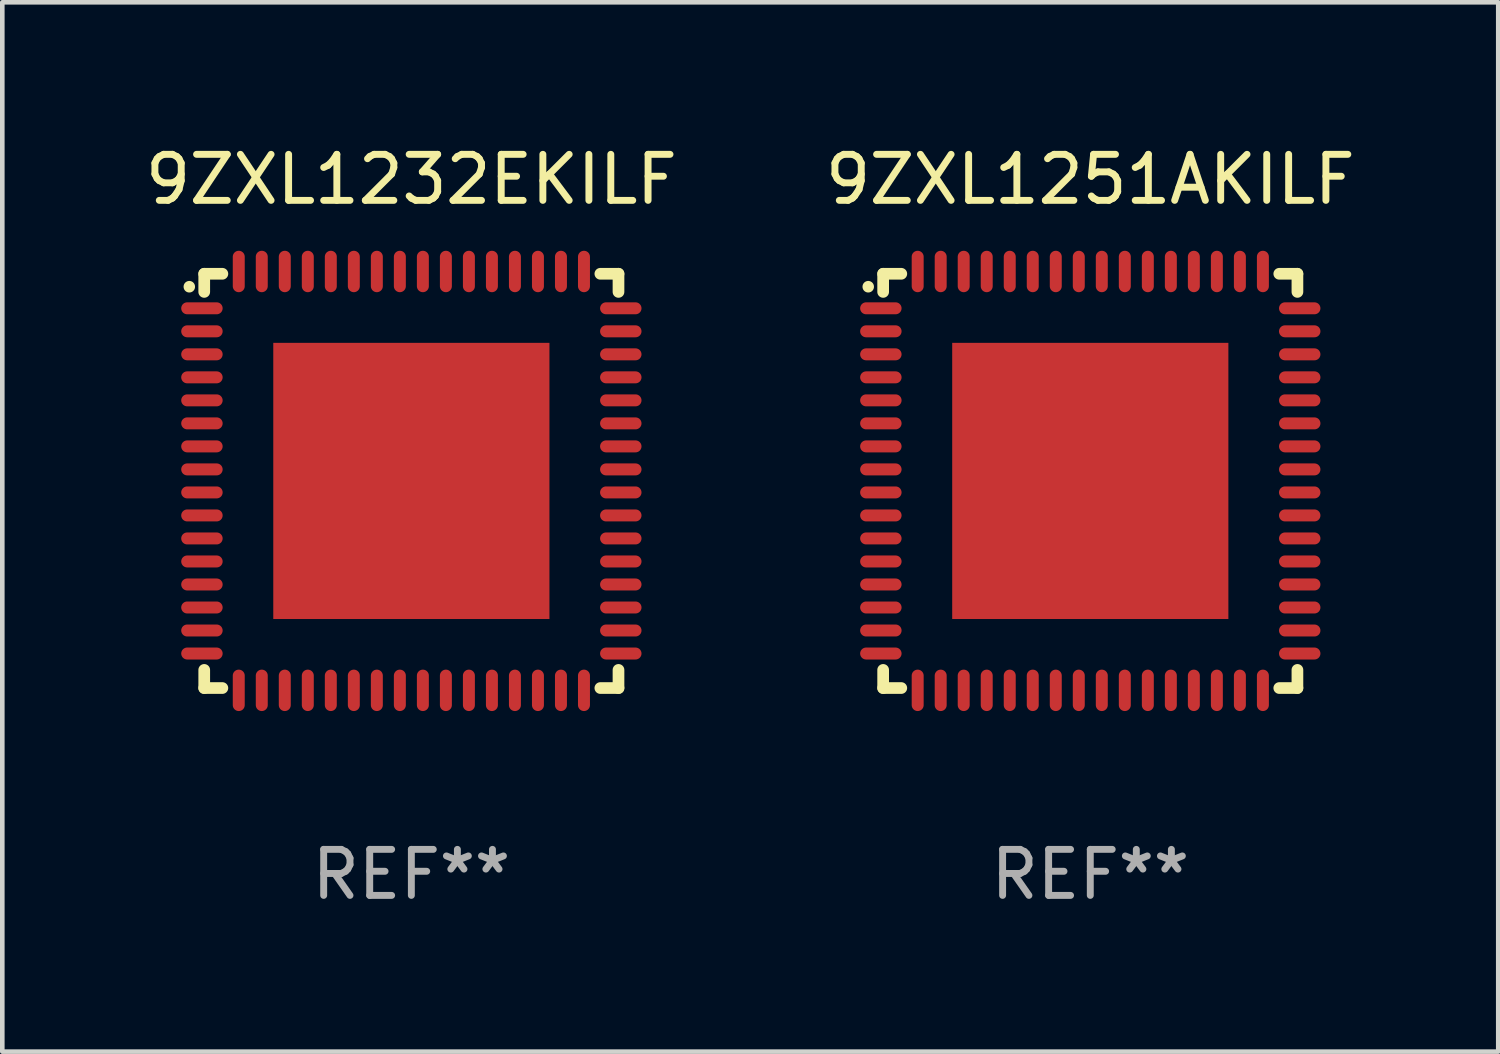
<source format=kicad_pcb>
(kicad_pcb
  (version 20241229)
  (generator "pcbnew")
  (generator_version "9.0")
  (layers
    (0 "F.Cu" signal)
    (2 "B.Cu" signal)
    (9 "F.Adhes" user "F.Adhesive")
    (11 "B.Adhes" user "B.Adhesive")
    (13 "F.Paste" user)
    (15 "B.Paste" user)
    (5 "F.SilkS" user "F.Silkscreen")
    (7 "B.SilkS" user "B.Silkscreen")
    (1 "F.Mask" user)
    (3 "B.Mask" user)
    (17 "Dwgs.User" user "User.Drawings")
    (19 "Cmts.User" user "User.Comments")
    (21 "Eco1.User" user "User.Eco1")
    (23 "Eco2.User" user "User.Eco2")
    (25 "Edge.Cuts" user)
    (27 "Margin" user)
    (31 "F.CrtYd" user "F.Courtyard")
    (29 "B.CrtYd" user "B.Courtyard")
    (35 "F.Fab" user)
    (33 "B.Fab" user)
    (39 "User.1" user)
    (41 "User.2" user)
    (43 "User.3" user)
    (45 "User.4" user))
  (footprint "9ZXL1232EKILF"
    (layer "F.Cu")
    (at 5.887 7.398)
    (property "Reference" "9ZXL1232EKILF" (at 0 -6.55 0) (layer "F.SilkS") (effects (font (size 1 1) (thickness 0.15))))
    (attr through_hole)
    (fp_line (start -4.5 -4.5) (end -4.106 -4.5) (stroke (width 0.254) (type solid)) (layer "F.SilkS"))
    (fp_line (start -4.5 -4.106) (end -4.5 -4.5) (stroke (width 0.254) (type solid)) (layer "F.SilkS"))
    (fp_line (start -4.5 4.5) (end -4.5 4.106) (stroke (width 0.254) (type solid)) (layer "F.SilkS"))
    (fp_line (start -4.106 4.5) (end -4.5 4.5) (stroke (width 0.254) (type solid)) (layer "F.SilkS"))
    (fp_line (start 4.106 -4.5) (end 4.5 -4.5) (stroke (width 0.254) (type solid)) (layer "F.SilkS"))
    (fp_line (start 4.5 -4.5) (end 4.5 -4.106) (stroke (width 0.254) (type solid)) (layer "F.SilkS"))
    (fp_line (start 4.5 4.106) (end 4.5 4.5) (stroke (width 0.254) (type solid)) (layer "F.SilkS"))
    (fp_line (start 4.5 4.5) (end 4.106 4.5) (stroke (width 0.254) (type solid)) (layer "F.SilkS"))
    (fp_arc (start -4.824308 -4.217501) (mid -4.824314 -4.218771) (end -4.824308 -4.220041) (stroke (width 0.24892) (type solid)) (layer "F.SilkS"))
    (fp_text user "REF**" (at 0 8.55 0) (layer "F.Fab") (effects (font (size 1 1) (thickness 0.15))))
    (pad "1" smd oval (at -4.55 -3.75) (size 0.9 0.26) (layers "F.Cu" "F.Mask" "F.Paste"))
    (pad "2" smd oval (at -4.55 -3.25) (size 0.9 0.26) (layers "F.Cu" "F.Mask" "F.Paste"))
    (pad "3" smd oval (at -4.55 -2.75) (size 0.9 0.26) (layers "F.Cu" "F.Mask" "F.Paste"))
    (pad "4" smd oval (at -4.55 -2.25) (size 0.9 0.26) (layers "F.Cu" "F.Mask" "F.Paste"))
    (pad "5" smd oval (at -4.55 -1.75) (size 0.9 0.26) (layers "F.Cu" "F.Mask" "F.Paste"))
    (pad "6" smd oval (at -4.55 -1.25) (size 0.9 0.26) (layers "F.Cu" "F.Mask" "F.Paste"))
    (pad "7" smd oval (at -4.55 -0.75) (size 0.9 0.26) (layers "F.Cu" "F.Mask" "F.Paste"))
    (pad "8" smd oval (at -4.55 -0.25) (size 0.9 0.26) (layers "F.Cu" "F.Mask" "F.Paste"))
    (pad "9" smd oval (at -4.55 0.25) (size 0.9 0.26) (layers "F.Cu" "F.Mask" "F.Paste"))
    (pad "10" smd oval (at -4.55 0.75) (size 0.9 0.26) (layers "F.Cu" "F.Mask" "F.Paste"))
    (pad "11" smd oval (at -4.55 1.25) (size 0.9 0.26) (layers "F.Cu" "F.Mask" "F.Paste"))
    (pad "12" smd oval (at -4.55 1.75) (size 0.9 0.26) (layers "F.Cu" "F.Mask" "F.Paste"))
    (pad "13" smd oval (at -4.55 2.25) (size 0.9 0.26) (layers "F.Cu" "F.Mask" "F.Paste"))
    (pad "14" smd oval (at -4.55 2.75) (size 0.9 0.26) (layers "F.Cu" "F.Mask" "F.Paste"))
    (pad "15" smd oval (at -4.55 3.25) (size 0.9 0.26) (layers "F.Cu" "F.Mask" "F.Paste"))
    (pad "16" smd oval (at -4.55 3.75) (size 0.9 0.26) (layers "F.Cu" "F.Mask" "F.Paste"))
    (pad "17" smd oval (at -3.75 4.55) (size 0.26 0.9) (layers "F.Cu" "F.Mask" "F.Paste"))
    (pad "18" smd oval (at -3.25 4.55) (size 0.26 0.9) (layers "F.Cu" "F.Mask" "F.Paste"))
    (pad "19" smd oval (at -2.75 4.55) (size 0.26 0.9) (layers "F.Cu" "F.Mask" "F.Paste"))
    (pad "20" smd oval (at -2.25 4.55) (size 0.26 0.9) (layers "F.Cu" "F.Mask" "F.Paste"))
    (pad "21" smd oval (at -1.75 4.55) (size 0.26 0.9) (layers "F.Cu" "F.Mask" "F.Paste"))
    (pad "22" smd oval (at -1.25 4.55) (size 0.26 0.9) (layers "F.Cu" "F.Mask" "F.Paste"))
    (pad "23" smd oval (at -0.75 4.55) (size 0.26 0.9) (layers "F.Cu" "F.Mask" "F.Paste"))
    (pad "24" smd oval (at -0.25 4.55) (size 0.26 0.9) (layers "F.Cu" "F.Mask" "F.Paste"))
    (pad "25" smd oval (at 0.25 4.55) (size 0.26 0.9) (layers "F.Cu" "F.Mask" "F.Paste"))
    (pad "26" smd oval (at 0.75 4.55) (size 0.26 0.9) (layers "F.Cu" "F.Mask" "F.Paste"))
    (pad "27" smd oval (at 1.25 4.55) (size 0.26 0.9) (layers "F.Cu" "F.Mask" "F.Paste"))
    (pad "28" smd oval (at 1.75 4.55) (size 0.26 0.9) (layers "F.Cu" "F.Mask" "F.Paste"))
    (pad "29" smd oval (at 2.25 4.55) (size 0.26 0.9) (layers "F.Cu" "F.Mask" "F.Paste"))
    (pad "30" smd oval (at 2.75 4.55) (size 0.26 0.9) (layers "F.Cu" "F.Mask" "F.Paste"))
    (pad "31" smd oval (at 3.25 4.55) (size 0.26 0.9) (layers "F.Cu" "F.Mask" "F.Paste"))
    (pad "32" smd oval (at 3.75 4.55) (size 0.26 0.9) (layers "F.Cu" "F.Mask" "F.Paste"))
    (pad "33" smd oval (at 4.55 3.75) (size 0.9 0.26) (layers "F.Cu" "F.Mask" "F.Paste"))
    (pad "34" smd oval (at 4.55 3.25) (size 0.9 0.26) (layers "F.Cu" "F.Mask" "F.Paste"))
    (pad "35" smd oval (at 4.55 2.75) (size 0.9 0.26) (layers "F.Cu" "F.Mask" "F.Paste"))
    (pad "36" smd oval (at 4.55 2.25) (size 0.9 0.26) (layers "F.Cu" "F.Mask" "F.Paste"))
    (pad "37" smd oval (at 4.55 1.75) (size 0.9 0.26) (layers "F.Cu" "F.Mask" "F.Paste"))
    (pad "38" smd oval (at 4.55 1.25) (size 0.9 0.26) (layers "F.Cu" "F.Mask" "F.Paste"))
    (pad "39" smd oval (at 4.55 0.75) (size 0.9 0.26) (layers "F.Cu" "F.Mask" "F.Paste"))
    (pad "40" smd oval (at 4.55 0.25) (size 0.9 0.26) (layers "F.Cu" "F.Mask" "F.Paste"))
    (pad "41" smd oval (at 4.55 -0.25) (size 0.9 0.26) (layers "F.Cu" "F.Mask" "F.Paste"))
    (pad "42" smd oval (at 4.55 -0.75) (size 0.9 0.26) (layers "F.Cu" "F.Mask" "F.Paste"))
    (pad "43" smd oval (at 4.55 -1.25) (size 0.9 0.26) (layers "F.Cu" "F.Mask" "F.Paste"))
    (pad "44" smd oval (at 4.55 -1.75) (size 0.9 0.26) (layers "F.Cu" "F.Mask" "F.Paste"))
    (pad "45" smd oval (at 4.55 -2.25) (size 0.9 0.26) (layers "F.Cu" "F.Mask" "F.Paste"))
    (pad "46" smd oval (at 4.55 -2.75) (size 0.9 0.26) (layers "F.Cu" "F.Mask" "F.Paste"))
    (pad "47" smd oval (at 4.55 -3.25) (size 0.9 0.26) (layers "F.Cu" "F.Mask" "F.Paste"))
    (pad "48" smd oval (at 4.55 -3.75) (size 0.9 0.26) (layers "F.Cu" "F.Mask" "F.Paste"))
    (pad "49" smd oval (at 3.75 -4.55) (size 0.26 0.9) (layers "F.Cu" "F.Mask" "F.Paste"))
    (pad "50" smd oval (at 3.25 -4.55) (size 0.26 0.9) (layers "F.Cu" "F.Mask" "F.Paste"))
    (pad "51" smd oval (at 2.75 -4.55) (size 0.26 0.9) (layers "F.Cu" "F.Mask" "F.Paste"))
    (pad "52" smd oval (at 2.25 -4.55) (size 0.26 0.9) (layers "F.Cu" "F.Mask" "F.Paste"))
    (pad "53" smd oval (at 1.75 -4.55) (size 0.26 0.9) (layers "F.Cu" "F.Mask" "F.Paste"))
    (pad "54" smd oval (at 1.25 -4.55) (size 0.26 0.9) (layers "F.Cu" "F.Mask" "F.Paste"))
    (pad "55" smd oval (at 0.75 -4.55) (size 0.26 0.9) (layers "F.Cu" "F.Mask" "F.Paste"))
    (pad "56" smd oval (at 0.25 -4.55) (size 0.26 0.9) (layers "F.Cu" "F.Mask" "F.Paste"))
    (pad "57" smd oval (at -0.25 -4.55) (size 0.26 0.9) (layers "F.Cu" "F.Mask" "F.Paste"))
    (pad "58" smd oval (at -0.75 -4.55) (size 0.26 0.9) (layers "F.Cu" "F.Mask" "F.Paste"))
    (pad "59" smd oval (at -1.25 -4.55) (size 0.26 0.9) (layers "F.Cu" "F.Mask" "F.Paste"))
    (pad "60" smd oval (at -1.75 -4.55) (size 0.26 0.9) (layers "F.Cu" "F.Mask" "F.Paste"))
    (pad "61" smd oval (at -2.25 -4.55) (size 0.26 0.9) (layers "F.Cu" "F.Mask" "F.Paste"))
    (pad "62" smd oval (at -2.75 -4.55) (size 0.26 0.9) (layers "F.Cu" "F.Mask" "F.Paste"))
    (pad "63" smd oval (at -3.25 -4.55) (size 0.26 0.9) (layers "F.Cu" "F.Mask" "F.Paste"))
    (pad "64" smd oval (at -3.75 -4.55) (size 0.26 0.9) (layers "F.Cu" "F.Mask" "F.Paste"))
    (pad "65" smd rect (at 0 0.000381) (size 6 6) (layers "F.Cu" "F.Mask" "F.Paste")))
  (footprint "9ZXL1251AKILF"
    (layer "F.Cu")
    (at 20.637 7.398)
    (property "Reference" "9ZXL1251AKILF" (at 0 -6.55 0) (layer "F.SilkS") (effects (font (size 1 1) (thickness 0.15))))
    (attr through_hole)
    (fp_line (start -4.5 -4.5) (end -4.106 -4.5) (stroke (width 0.254) (type solid)) (layer "F.SilkS"))
    (fp_line (start -4.5 -4.106) (end -4.5 -4.5) (stroke (width 0.254) (type solid)) (layer "F.SilkS"))
    (fp_line (start -4.5 4.5) (end -4.5 4.106) (stroke (width 0.254) (type solid)) (layer "F.SilkS"))
    (fp_line (start -4.106 4.5) (end -4.5 4.5) (stroke (width 0.254) (type solid)) (layer "F.SilkS"))
    (fp_line (start 4.106 -4.5) (end 4.5 -4.5) (stroke (width 0.254) (type solid)) (layer "F.SilkS"))
    (fp_line (start 4.5 -4.5) (end 4.5 -4.106) (stroke (width 0.254) (type solid)) (layer "F.SilkS"))
    (fp_line (start 4.5 4.106) (end 4.5 4.5) (stroke (width 0.254) (type solid)) (layer "F.SilkS"))
    (fp_line (start 4.5 4.5) (end 4.106 4.5) (stroke (width 0.254) (type solid)) (layer "F.SilkS"))
    (fp_arc (start -4.824308 -4.217501) (mid -4.824314 -4.218771) (end -4.824308 -4.220041) (stroke (width 0.24892) (type solid)) (layer "F.SilkS"))
    (fp_text user "REF**" (at 0 8.55 0) (layer "F.Fab") (effects (font (size 1 1) (thickness 0.15))))
    (pad "1" smd oval (at -4.55 -3.75) (size 0.9 0.26) (layers "F.Cu" "F.Mask" "F.Paste"))
    (pad "2" smd oval (at -4.55 -3.25) (size 0.9 0.26) (layers "F.Cu" "F.Mask" "F.Paste"))
    (pad "3" smd oval (at -4.55 -2.75) (size 0.9 0.26) (layers "F.Cu" "F.Mask" "F.Paste"))
    (pad "4" smd oval (at -4.55 -2.25) (size 0.9 0.26) (layers "F.Cu" "F.Mask" "F.Paste"))
    (pad "5" smd oval (at -4.55 -1.75) (size 0.9 0.26) (layers "F.Cu" "F.Mask" "F.Paste"))
    (pad "6" smd oval (at -4.55 -1.25) (size 0.9 0.26) (layers "F.Cu" "F.Mask" "F.Paste"))
    (pad "7" smd oval (at -4.55 -0.75) (size 0.9 0.26) (layers "F.Cu" "F.Mask" "F.Paste"))
    (pad "8" smd oval (at -4.55 -0.25) (size 0.9 0.26) (layers "F.Cu" "F.Mask" "F.Paste"))
    (pad "9" smd oval (at -4.55 0.25) (size 0.9 0.26) (layers "F.Cu" "F.Mask" "F.Paste"))
    (pad "10" smd oval (at -4.55 0.75) (size 0.9 0.26) (layers "F.Cu" "F.Mask" "F.Paste"))
    (pad "11" smd oval (at -4.55 1.25) (size 0.9 0.26) (layers "F.Cu" "F.Mask" "F.Paste"))
    (pad "12" smd oval (at -4.55 1.75) (size 0.9 0.26) (layers "F.Cu" "F.Mask" "F.Paste"))
    (pad "13" smd oval (at -4.55 2.25) (size 0.9 0.26) (layers "F.Cu" "F.Mask" "F.Paste"))
    (pad "14" smd oval (at -4.55 2.75) (size 0.9 0.26) (layers "F.Cu" "F.Mask" "F.Paste"))
    (pad "15" smd oval (at -4.55 3.25) (size 0.9 0.26) (layers "F.Cu" "F.Mask" "F.Paste"))
    (pad "16" smd oval (at -4.55 3.75) (size 0.9 0.26) (layers "F.Cu" "F.Mask" "F.Paste"))
    (pad "17" smd oval (at -3.75 4.55) (size 0.26 0.9) (layers "F.Cu" "F.Mask" "F.Paste"))
    (pad "18" smd oval (at -3.25 4.55) (size 0.26 0.9) (layers "F.Cu" "F.Mask" "F.Paste"))
    (pad "19" smd oval (at -2.75 4.55) (size 0.26 0.9) (layers "F.Cu" "F.Mask" "F.Paste"))
    (pad "20" smd oval (at -2.25 4.55) (size 0.26 0.9) (layers "F.Cu" "F.Mask" "F.Paste"))
    (pad "21" smd oval (at -1.75 4.55) (size 0.26 0.9) (layers "F.Cu" "F.Mask" "F.Paste"))
    (pad "22" smd oval (at -1.25 4.55) (size 0.26 0.9) (layers "F.Cu" "F.Mask" "F.Paste"))
    (pad "23" smd oval (at -0.75 4.55) (size 0.26 0.9) (layers "F.Cu" "F.Mask" "F.Paste"))
    (pad "24" smd oval (at -0.25 4.55) (size 0.26 0.9) (layers "F.Cu" "F.Mask" "F.Paste"))
    (pad "25" smd oval (at 0.25 4.55) (size 0.26 0.9) (layers "F.Cu" "F.Mask" "F.Paste"))
    (pad "26" smd oval (at 0.75 4.55) (size 0.26 0.9) (layers "F.Cu" "F.Mask" "F.Paste"))
    (pad "27" smd oval (at 1.25 4.55) (size 0.26 0.9) (layers "F.Cu" "F.Mask" "F.Paste"))
    (pad "28" smd oval (at 1.75 4.55) (size 0.26 0.9) (layers "F.Cu" "F.Mask" "F.Paste"))
    (pad "29" smd oval (at 2.25 4.55) (size 0.26 0.9) (layers "F.Cu" "F.Mask" "F.Paste"))
    (pad "30" smd oval (at 2.75 4.55) (size 0.26 0.9) (layers "F.Cu" "F.Mask" "F.Paste"))
    (pad "31" smd oval (at 3.25 4.55) (size 0.26 0.9) (layers "F.Cu" "F.Mask" "F.Paste"))
    (pad "32" smd oval (at 3.75 4.55) (size 0.26 0.9) (layers "F.Cu" "F.Mask" "F.Paste"))
    (pad "33" smd oval (at 4.55 3.75) (size 0.9 0.26) (layers "F.Cu" "F.Mask" "F.Paste"))
    (pad "34" smd oval (at 4.55 3.25) (size 0.9 0.26) (layers "F.Cu" "F.Mask" "F.Paste"))
    (pad "35" smd oval (at 4.55 2.75) (size 0.9 0.26) (layers "F.Cu" "F.Mask" "F.Paste"))
    (pad "36" smd oval (at 4.55 2.25) (size 0.9 0.26) (layers "F.Cu" "F.Mask" "F.Paste"))
    (pad "37" smd oval (at 4.55 1.75) (size 0.9 0.26) (layers "F.Cu" "F.Mask" "F.Paste"))
    (pad "38" smd oval (at 4.55 1.25) (size 0.9 0.26) (layers "F.Cu" "F.Mask" "F.Paste"))
    (pad "39" smd oval (at 4.55 0.75) (size 0.9 0.26) (layers "F.Cu" "F.Mask" "F.Paste"))
    (pad "40" smd oval (at 4.55 0.25) (size 0.9 0.26) (layers "F.Cu" "F.Mask" "F.Paste"))
    (pad "41" smd oval (at 4.55 -0.25) (size 0.9 0.26) (layers "F.Cu" "F.Mask" "F.Paste"))
    (pad "42" smd oval (at 4.55 -0.75) (size 0.9 0.26) (layers "F.Cu" "F.Mask" "F.Paste"))
    (pad "43" smd oval (at 4.55 -1.25) (size 0.9 0.26) (layers "F.Cu" "F.Mask" "F.Paste"))
    (pad "44" smd oval (at 4.55 -1.75) (size 0.9 0.26) (layers "F.Cu" "F.Mask" "F.Paste"))
    (pad "45" smd oval (at 4.55 -2.25) (size 0.9 0.26) (layers "F.Cu" "F.Mask" "F.Paste"))
    (pad "46" smd oval (at 4.55 -2.75) (size 0.9 0.26) (layers "F.Cu" "F.Mask" "F.Paste"))
    (pad "47" smd oval (at 4.55 -3.25) (size 0.9 0.26) (layers "F.Cu" "F.Mask" "F.Paste"))
    (pad "48" smd oval (at 4.55 -3.75) (size 0.9 0.26) (layers "F.Cu" "F.Mask" "F.Paste"))
    (pad "49" smd oval (at 3.75 -4.55) (size 0.26 0.9) (layers "F.Cu" "F.Mask" "F.Paste"))
    (pad "50" smd oval (at 3.25 -4.55) (size 0.26 0.9) (layers "F.Cu" "F.Mask" "F.Paste"))
    (pad "51" smd oval (at 2.75 -4.55) (size 0.26 0.9) (layers "F.Cu" "F.Mask" "F.Paste"))
    (pad "52" smd oval (at 2.25 -4.55) (size 0.26 0.9) (layers "F.Cu" "F.Mask" "F.Paste"))
    (pad "53" smd oval (at 1.75 -4.55) (size 0.26 0.9) (layers "F.Cu" "F.Mask" "F.Paste"))
    (pad "54" smd oval (at 1.25 -4.55) (size 0.26 0.9) (layers "F.Cu" "F.Mask" "F.Paste"))
    (pad "55" smd oval (at 0.75 -4.55) (size 0.26 0.9) (layers "F.Cu" "F.Mask" "F.Paste"))
    (pad "56" smd oval (at 0.25 -4.55) (size 0.26 0.9) (layers "F.Cu" "F.Mask" "F.Paste"))
    (pad "57" smd oval (at -0.25 -4.55) (size 0.26 0.9) (layers "F.Cu" "F.Mask" "F.Paste"))
    (pad "58" smd oval (at -0.75 -4.55) (size 0.26 0.9) (layers "F.Cu" "F.Mask" "F.Paste"))
    (pad "59" smd oval (at -1.25 -4.55) (size 0.26 0.9) (layers "F.Cu" "F.Mask" "F.Paste"))
    (pad "60" smd oval (at -1.75 -4.55) (size 0.26 0.9) (layers "F.Cu" "F.Mask" "F.Paste"))
    (pad "61" smd oval (at -2.25 -4.55) (size 0.26 0.9) (layers "F.Cu" "F.Mask" "F.Paste"))
    (pad "62" smd oval (at -2.75 -4.55) (size 0.26 0.9) (layers "F.Cu" "F.Mask" "F.Paste"))
    (pad "63" smd oval (at -3.25 -4.55) (size 0.26 0.9) (layers "F.Cu" "F.Mask" "F.Paste"))
    (pad "64" smd oval (at -3.75 -4.55) (size 0.26 0.9) (layers "F.Cu" "F.Mask" "F.Paste"))
    (pad "65" smd rect (at 0 0.000381) (size 6 6) (layers "F.Cu" "F.Mask" "F.Paste")))
  (gr_rect
    (start -3 -3)
    (end 29.5 19.797)
    (stroke (width 0.1) (type default))
    (fill no)
    (layer "Edge.Cuts")))
</source>
